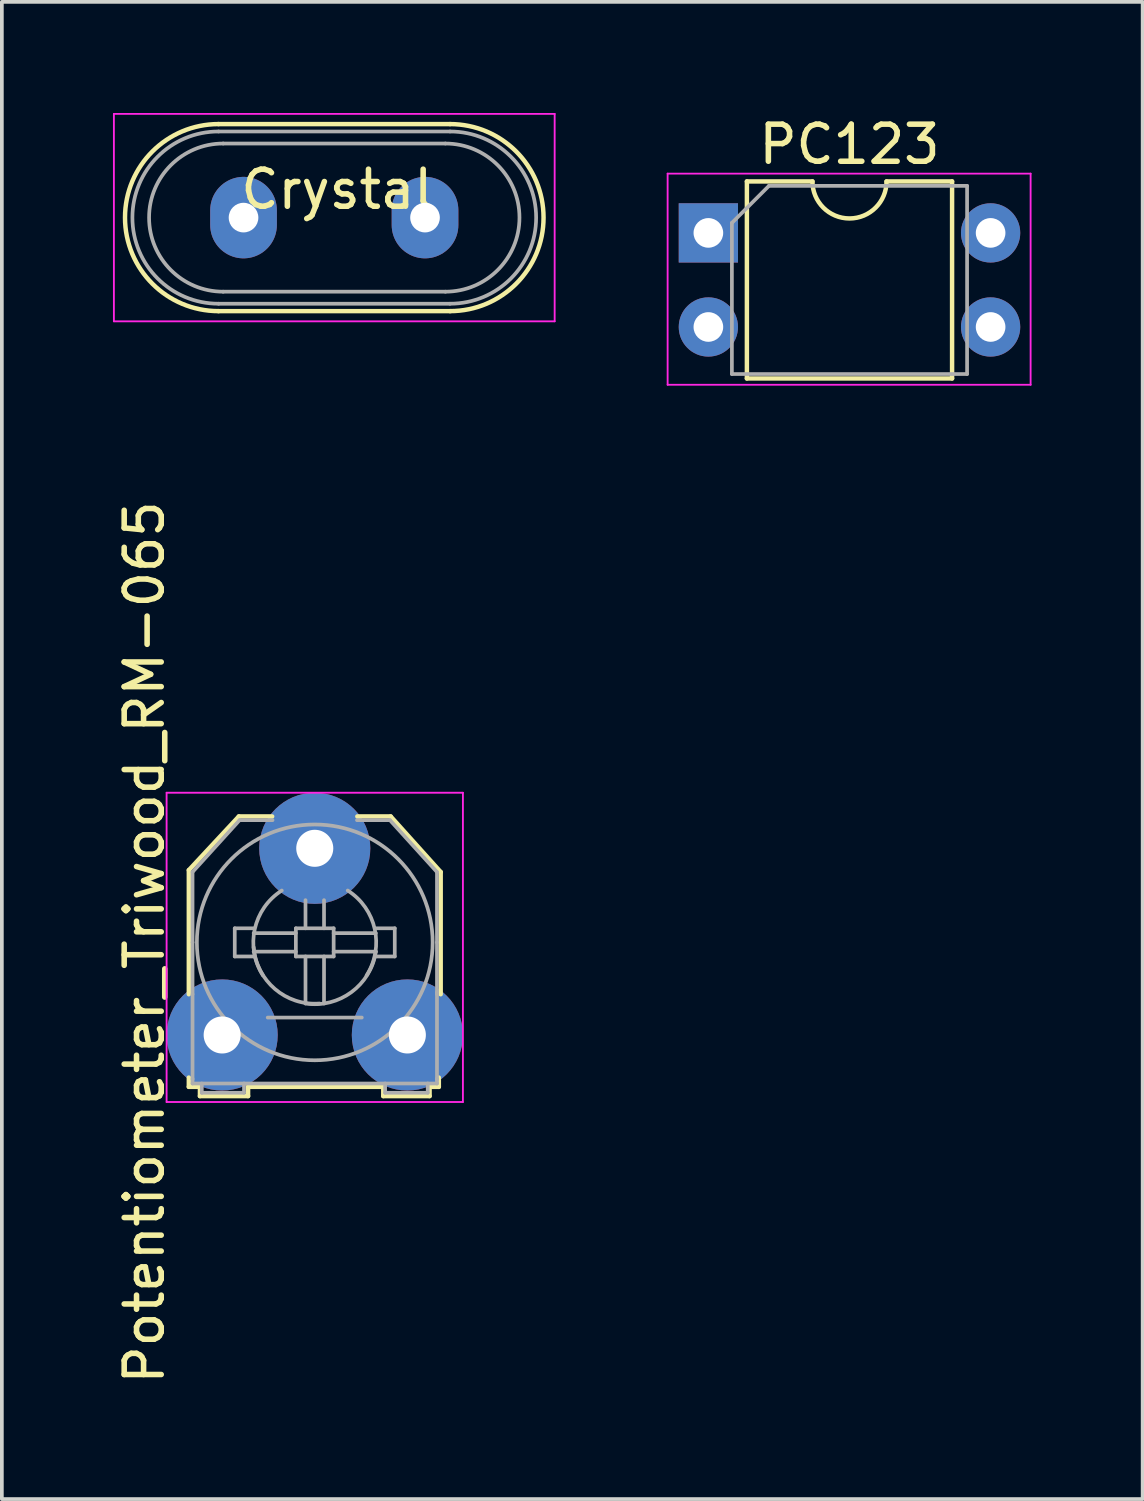
<source format=kicad_pcb>
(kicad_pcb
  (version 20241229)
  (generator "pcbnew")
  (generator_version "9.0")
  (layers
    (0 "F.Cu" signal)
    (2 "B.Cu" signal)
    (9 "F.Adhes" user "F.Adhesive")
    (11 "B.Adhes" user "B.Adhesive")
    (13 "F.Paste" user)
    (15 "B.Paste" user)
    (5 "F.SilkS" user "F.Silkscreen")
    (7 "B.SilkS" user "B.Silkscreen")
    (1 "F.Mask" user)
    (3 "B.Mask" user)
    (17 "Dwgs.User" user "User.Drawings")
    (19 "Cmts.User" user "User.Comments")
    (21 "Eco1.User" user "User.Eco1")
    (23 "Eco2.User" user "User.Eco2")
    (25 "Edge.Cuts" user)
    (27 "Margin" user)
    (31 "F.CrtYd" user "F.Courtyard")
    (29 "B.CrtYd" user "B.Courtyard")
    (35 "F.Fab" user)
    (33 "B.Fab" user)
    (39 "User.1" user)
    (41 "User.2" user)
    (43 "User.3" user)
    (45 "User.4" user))
  (footprint "Potentiometer_Triwood_RM-065"
    (layer "F.Cu")
    (at 2.948 24.893)
    (property "Reference" "Potentiometer_Triwood_RM-065" (at -2.1 -2.5 90) (layer "F.SilkS") (effects (font (size 1 1) (thickness 0.15))))
    (attr through_hole)
    (fp_line (start -0.9 -4.45) (end 0.45 -5.9) (stroke (width 0.12) (type solid)) (layer "F.SilkS"))
    (fp_line (start -0.9 -1.1) (end -0.9 -4.45) (stroke (width 0.12) (type solid)) (layer "F.SilkS"))
    (fp_line (start -0.9 1.4) (end -0.9 1.15) (stroke (width 0.12) (type solid)) (layer "F.SilkS"))
    (fp_line (start -0.6 1.4) (end -0.9 1.4) (stroke (width 0.12) (type solid)) (layer "F.SilkS"))
    (fp_line (start -0.6 1.65) (end -0.6 1.4) (stroke (width 0.12) (type solid)) (layer "F.SilkS"))
    (fp_line (start 0.45 -5.9) (end 1.35 -5.9) (stroke (width 0.12) (type solid)) (layer "F.SilkS"))
    (fp_line (start 0.7 1.4) (end 0.7 1.65) (stroke (width 0.12) (type solid)) (layer "F.SilkS"))
    (fp_line (start 0.7 1.65) (end -0.6 1.65) (stroke (width 0.12) (type solid)) (layer "F.SilkS"))
    (fp_line (start 3.65 -5.9) (end 4.55 -5.9) (stroke (width 0.12) (type solid)) (layer "F.SilkS"))
    (fp_line (start 4.35 1.4) (end 0.7 1.4) (stroke (width 0.12) (type solid)) (layer "F.SilkS"))
    (fp_line (start 4.35 1.65) (end 4.35 1.4) (stroke (width 0.12) (type solid)) (layer "F.SilkS"))
    (fp_line (start 4.55 -5.9) (end 5.9 -4.4) (stroke (width 0.12) (type solid)) (layer "F.SilkS"))
    (fp_line (start 5.6 1.4) (end 5.6 1.65) (stroke (width 0.12) (type solid)) (layer "F.SilkS"))
    (fp_line (start 5.6 1.65) (end 4.35 1.65) (stroke (width 0.12) (type solid)) (layer "F.SilkS"))
    (fp_line (start 5.85 1.15) (end 5.85 1.4) (stroke (width 0.12) (type solid)) (layer "F.SilkS"))
    (fp_line (start 5.85 1.4) (end 5.6 1.4) (stroke (width 0.12) (type solid)) (layer "F.SilkS"))
    (fp_line (start 5.9 -4.4) (end 5.9 -1.1) (stroke (width 0.12) (type solid)) (layer "F.SilkS"))
    (fp_line (start -1.5 -6.54) (end -1.5 1.81) (stroke (width 0.05) (type solid)) (layer "F.CrtYd"))
    (fp_line (start -1.5 -6.54) (end 6.5 -6.54) (stroke (width 0.05) (type solid)) (layer "F.CrtYd"))
    (fp_line (start 6.5 1.81) (end -1.5 1.81) (stroke (width 0.05) (type solid)) (layer "F.CrtYd"))
    (fp_line (start 6.5 1.81) (end 6.5 -6.54) (stroke (width 0.05) (type solid)) (layer "F.CrtYd"))
    (fp_line (start -0.8 -4.4) (end -0.8 -2.5) (stroke (width 0.1) (type solid)) (layer "F.Fab"))
    (fp_line (start -0.8 -2.5) (end -0.8 -1.1) (stroke (width 0.1) (type solid)) (layer "F.Fab"))
    (fp_line (start -0.8 -1.1) (end -0.8 1.2) (stroke (width 0.1) (type solid)) (layer "F.Fab"))
    (fp_line (start -0.8 1.31) (end -0.8 1.18) (stroke (width 0.1) (type solid)) (layer "F.Fab"))
    (fp_line (start -0.8 1.31) (end 5.8 1.31) (stroke (width 0.1) (type solid)) (layer "F.Fab"))
    (fp_line (start -0.55 1.31) (end -0.55 1.56) (stroke (width 0.1) (type solid)) (layer "F.Fab"))
    (fp_line (start -0.55 1.56) (end 0.59 1.56) (stroke (width 0.1) (type solid)) (layer "F.Fab"))
    (fp_line (start 0.34 -2.88) (end 0.34 -2.12) (stroke (width 0.1) (type solid)) (layer "F.Fab"))
    (fp_line (start 0.34 -2.12) (end 0.85 -2.12) (stroke (width 0.1) (type solid)) (layer "F.Fab"))
    (fp_line (start 0.47 -5.8) (end -0.8 -4.4) (stroke (width 0.1) (type solid)) (layer "F.Fab"))
    (fp_line (start 0.59 1.56) (end 0.59 1.31) (stroke (width 0.1) (type solid)) (layer "F.Fab"))
    (fp_line (start 0.85 -2.88) (end 0.34 -2.88) (stroke (width 0.1) (type solid)) (layer "F.Fab"))
    (fp_line (start 1.23 -0.47) (end 3.77 -0.47) (stroke (width 0.1) (type solid)) (layer "F.Fab"))
    (fp_line (start 1.36 -5.8) (end 0.47 -5.8) (stroke (width 0.1) (type solid)) (layer "F.Fab"))
    (fp_line (start 1.99 -2.88) (end 1.99 -2.12) (stroke (width 0.1) (type solid)) (layer "F.Fab"))
    (fp_line (start 1.99 -2.75) (end 0.85 -2.75) (stroke (width 0.1) (type solid)) (layer "F.Fab"))
    (fp_line (start 1.99 -2.25) (end 0.85 -2.25) (stroke (width 0.1) (type solid)) (layer "F.Fab"))
    (fp_line (start 1.99 -2.12) (end 3.01 -2.12) (stroke (width 0.1) (type solid)) (layer "F.Fab"))
    (fp_line (start 2.25 -2.88) (end 2.25 -3.64) (stroke (width 0.1) (type solid)) (layer "F.Fab"))
    (fp_line (start 2.25 -2.12) (end 2.25 -0.85) (stroke (width 0.1) (type solid)) (layer "F.Fab"))
    (fp_line (start 2.75 -2.88) (end 2.75 -3.64) (stroke (width 0.1) (type solid)) (layer "F.Fab"))
    (fp_line (start 2.75 -2.12) (end 2.75 -0.85) (stroke (width 0.1) (type solid)) (layer "F.Fab"))
    (fp_line (start 3.01 -2.88) (end 1.99 -2.88) (stroke (width 0.1) (type solid)) (layer "F.Fab"))
    (fp_line (start 3.01 -2.75) (end 4.15 -2.75) (stroke (width 0.1) (type solid)) (layer "F.Fab"))
    (fp_line (start 3.01 -2.25) (end 4.15 -2.25) (stroke (width 0.1) (type solid)) (layer "F.Fab"))
    (fp_line (start 3.01 -2.12) (end 3.01 -2.88) (stroke (width 0.1) (type solid)) (layer "F.Fab"))
    (fp_line (start 4.15 -2.88) (end 4.66 -2.88) (stroke (width 0.1) (type solid)) (layer "F.Fab"))
    (fp_line (start 4.4 1.56) (end 4.4 1.31) (stroke (width 0.1) (type solid)) (layer "F.Fab"))
    (fp_line (start 4.53 -5.8) (end 3.64 -5.8) (stroke (width 0.1) (type solid)) (layer "F.Fab"))
    (fp_line (start 4.53 -5.8) (end 5.8 -4.4) (stroke (width 0.1) (type solid)) (layer "F.Fab"))
    (fp_line (start 4.66 -2.88) (end 4.66 -2.12) (stroke (width 0.1) (type solid)) (layer "F.Fab"))
    (fp_line (start 4.66 -2.12) (end 4.15 -2.12) (stroke (width 0.1) (type solid)) (layer "F.Fab"))
    (fp_line (start 5.55 1.31) (end 5.55 1.56) (stroke (width 0.1) (type solid)) (layer "F.Fab"))
    (fp_line (start 5.55 1.56) (end 4.4 1.56) (stroke (width 0.1) (type solid)) (layer "F.Fab"))
    (fp_line (start 5.8 -4.4) (end 5.8 -2.5) (stroke (width 0.1) (type solid)) (layer "F.Fab"))
    (fp_line (start 5.8 -2.5) (end 5.8 -1.1) (stroke (width 0.1) (type solid)) (layer "F.Fab"))
    (fp_line (start 5.8 1.2) (end 5.8 -1.15) (stroke (width 0.1) (type solid)) (layer "F.Fab"))
    (fp_line (start 5.8 1.31) (end 5.8 1.18) (stroke (width 0.1) (type solid)) (layer "F.Fab"))
    (fp_arc (start 1.1 -1.61) (mid 0.880725 -2.860624) (end 1.61 -3.9) (stroke (width 0.1) (type solid)) (layer "F.Fab"))
    (fp_arc (start 2.63 -0.85) (mid 1.425198 -1.24135) (end 0.85 -2.37) (stroke (width 0.1) (type solid)) (layer "F.Fab"))
    (fp_arc (start 3.39 -3.9) (mid 4.119275 -2.860624) (end 3.9 -1.61) (stroke (width 0.1) (type solid)) (layer "F.Fab"))
    (fp_arc (start 4.15 -2.25) (mid 3.489949 -1.156497) (end 2.25 -0.85) (stroke (width 0.1) (type solid)) (layer "F.Fab"))
    (fp_circle (center 2.5 -2.5) (end 4.7 -0.2) (stroke (width 0.1) (type solid)) (fill no) (layer "F.Fab"))
    (pad "1" thru_hole circle (at 0 0) (size 3 3) (drill 1) (layers "*.Cu" "*.Mask"))
    (pad "2" thru_hole circle (at 2.5 -5.04) (size 3 3) (drill 1) (layers "*.Cu" "*.Mask"))
    (pad "3" thru_hole circle (at 5 0) (size 3 3) (drill 1) (layers "*.Cu" "*.Mask")))
  (footprint "Crystal"
    (layer "F.Cu")
    (at 3.525 2.825)
    (property "Reference" "Crystal" (at 2.54 -0.762 0) (layer "F.SilkS") (effects (font (size 1 1) (thickness 0.15))))
    (attr through_hole)
    (fp_line (start -0.675 -2.525) (end 5.575 -2.525) (stroke (width 0.12) (type solid)) (layer "F.SilkS"))
    (fp_line (start -0.675 2.525) (end 5.575 2.525) (stroke (width 0.12) (type solid)) (layer "F.SilkS"))
    (fp_arc (start -0.675 2.525) (mid -3.2 0) (end -0.675 -2.525) (stroke (width 0.12) (type solid)) (layer "F.SilkS"))
    (fp_arc (start 5.575 -2.525) (mid 8.1 0) (end 5.575 2.525) (stroke (width 0.12) (type solid)) (layer "F.SilkS"))
    (fp_line (start -3.5 -2.8) (end -3.5 2.8) (stroke (width 0.05) (type solid)) (layer "F.CrtYd"))
    (fp_line (start -3.5 2.8) (end 8.4 2.8) (stroke (width 0.05) (type solid)) (layer "F.CrtYd"))
    (fp_line (start 8.4 -2.8) (end -3.5 -2.8) (stroke (width 0.05) (type solid)) (layer "F.CrtYd"))
    (fp_line (start 8.4 2.8) (end 8.4 -2.8) (stroke (width 0.05) (type solid)) (layer "F.CrtYd"))
    (fp_line (start -0.675 -2.325) (end 5.575 -2.325) (stroke (width 0.1) (type solid)) (layer "F.Fab"))
    (fp_line (start -0.675 2.325) (end 5.575 2.325) (stroke (width 0.1) (type solid)) (layer "F.Fab"))
    (fp_line (start -0.55 -2) (end 5.45 -2) (stroke (width 0.1) (type solid)) (layer "F.Fab"))
    (fp_line (start -0.55 2) (end 5.45 2) (stroke (width 0.1) (type solid)) (layer "F.Fab"))
    (fp_arc (start -0.675 2.325) (mid -3 0) (end -0.675 -2.325) (stroke (width 0.1) (type solid)) (layer "F.Fab"))
    (fp_arc (start -0.55 2) (mid -2.55 0) (end -0.55 -2) (stroke (width 0.1) (type solid)) (layer "F.Fab"))
    (fp_arc (start 5.45 -2) (mid 7.45 0) (end 5.45 2) (stroke (width 0.1) (type solid)) (layer "F.Fab"))
    (fp_arc (start 5.575 -2.325) (mid 7.9 0) (end 5.575 2.325) (stroke (width 0.1) (type solid)) (layer "F.Fab"))
    (pad "1" thru_hole oval (at 0 0) (size 1.8 2.2) (drill 0.8) (layers "*.Cu" "*.Mask"))
    (pad "2" thru_hole oval (at 4.9 0) (size 1.8 2.2) (drill 0.8) (layers "*.Cu" "*.Mask")))
  (footprint "PC123"
    (layer "F.Cu")
    (at 16.075 3.238)
    (property "Reference" "PC123" (at 3.81 -2.39 0) (layer "F.SilkS") (effects (font (size 1 1) (thickness 0.15))))
    (attr through_hole)
    (fp_line (start 1.04 -1.39) (end 1.04 3.93) (stroke (width 0.12) (type solid)) (layer "F.SilkS"))
    (fp_line (start 1.04 3.93) (end 6.58 3.93) (stroke (width 0.12) (type solid)) (layer "F.SilkS"))
    (fp_line (start 2.81 -1.39) (end 1.04 -1.39) (stroke (width 0.12) (type solid)) (layer "F.SilkS"))
    (fp_line (start 6.58 -1.39) (end 4.81 -1.39) (stroke (width 0.12) (type solid)) (layer "F.SilkS"))
    (fp_line (start 6.58 3.93) (end 6.58 -1.39) (stroke (width 0.12) (type solid)) (layer "F.SilkS"))
    (fp_arc (start 4.81 -1.39) (mid 3.81 -0.39) (end 2.81 -1.39) (stroke (width 0.12) (type solid)) (layer "F.SilkS"))
    (fp_line (start -1.1 -1.6) (end -1.1 4.1) (stroke (width 0.05) (type solid)) (layer "F.CrtYd"))
    (fp_line (start -1.1 4.1) (end 8.7 4.1) (stroke (width 0.05) (type solid)) (layer "F.CrtYd"))
    (fp_line (start 8.7 -1.6) (end -1.1 -1.6) (stroke (width 0.05) (type solid)) (layer "F.CrtYd"))
    (fp_line (start 8.7 4.1) (end 8.7 -1.6) (stroke (width 0.05) (type solid)) (layer "F.CrtYd"))
    (fp_line (start 0.635 -0.27) (end 1.635 -1.27) (stroke (width 0.1) (type solid)) (layer "F.Fab"))
    (fp_line (start 0.635 3.81) (end 0.635 -0.27) (stroke (width 0.1) (type solid)) (layer "F.Fab"))
    (fp_line (start 1.635 -1.27) (end 6.985 -1.27) (stroke (width 0.1) (type solid)) (layer "F.Fab"))
    (fp_line (start 6.985 -1.27) (end 6.985 3.81) (stroke (width 0.1) (type solid)) (layer "F.Fab"))
    (fp_line (start 6.985 3.81) (end 0.635 3.81) (stroke (width 0.1) (type solid)) (layer "F.Fab"))
    (pad "1" thru_hole rect (at 0 0) (size 1.6 1.6) (drill 0.8) (layers "*.Cu" "*.Mask"))
    (pad "2" thru_hole oval (at 0 2.54) (size 1.6 1.6) (drill 0.8) (layers "*.Cu" "*.Mask"))
    (pad "3" thru_hole oval (at 7.62 2.54) (size 1.6 1.6) (drill 0.8) (layers "*.Cu" "*.Mask"))
    (pad "4" thru_hole oval (at 7.62 0) (size 1.6 1.6) (drill 0.8) (layers "*.Cu" "*.Mask")))
  (gr_rect
    (start -3 -3)
    (end 27.8 37.423)
    (stroke (width 0.1) (type default))
    (fill no)
    (layer "Edge.Cuts")))
</source>
